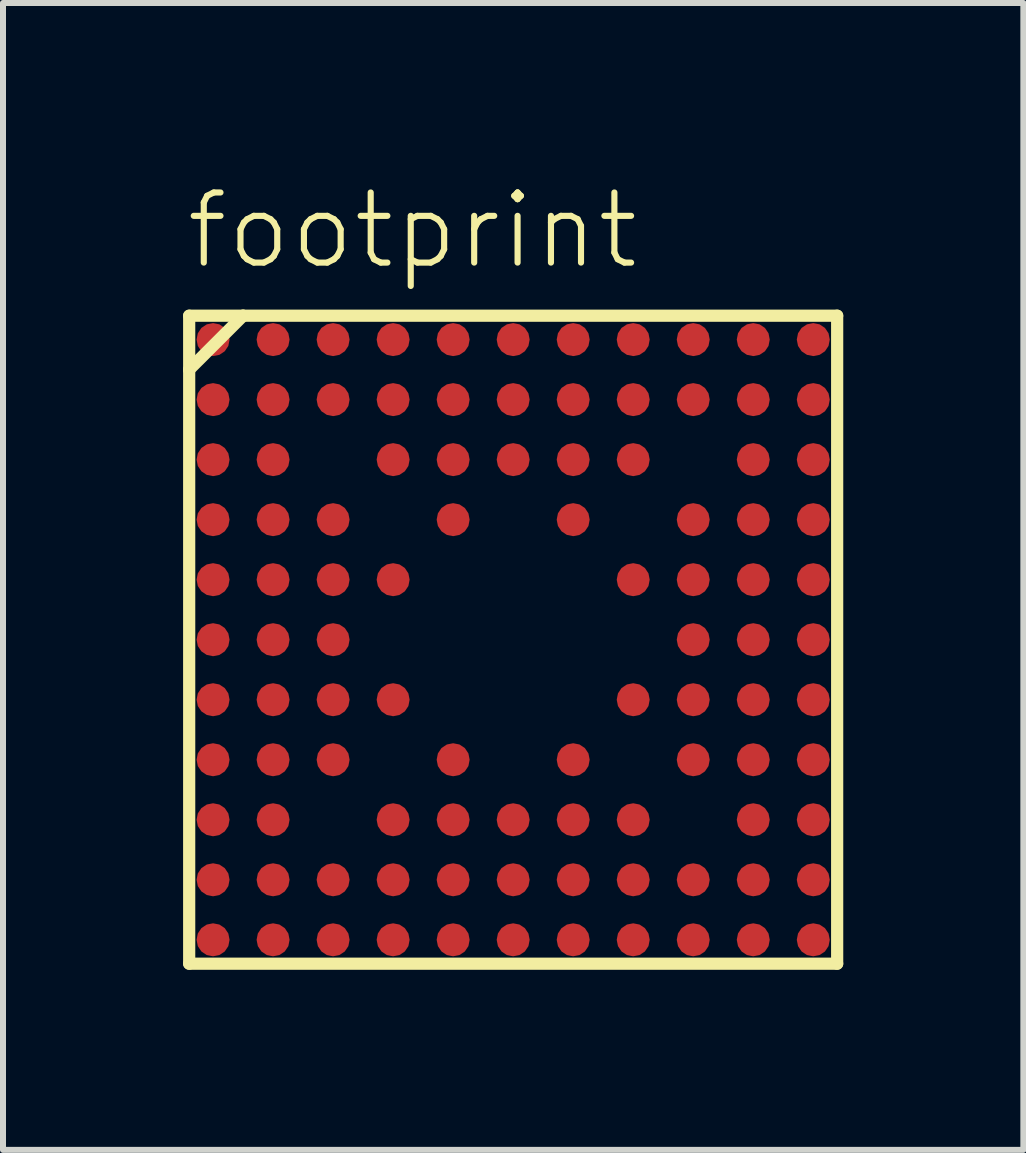
<source format=kicad_pcb>
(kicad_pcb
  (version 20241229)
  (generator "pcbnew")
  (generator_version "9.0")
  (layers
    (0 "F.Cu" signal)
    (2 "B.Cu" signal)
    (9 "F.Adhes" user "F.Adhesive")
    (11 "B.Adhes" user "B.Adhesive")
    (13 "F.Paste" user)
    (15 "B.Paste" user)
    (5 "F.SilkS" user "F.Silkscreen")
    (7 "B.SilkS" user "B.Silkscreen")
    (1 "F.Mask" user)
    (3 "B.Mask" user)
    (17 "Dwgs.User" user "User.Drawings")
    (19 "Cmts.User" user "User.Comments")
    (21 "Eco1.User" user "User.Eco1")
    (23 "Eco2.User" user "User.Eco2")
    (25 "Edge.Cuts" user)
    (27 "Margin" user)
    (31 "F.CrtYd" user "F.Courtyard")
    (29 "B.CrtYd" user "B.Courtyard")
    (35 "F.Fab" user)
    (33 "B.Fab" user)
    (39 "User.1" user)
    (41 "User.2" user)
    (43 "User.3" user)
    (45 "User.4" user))
  (footprint "footprint"
    (layer "F.Cu")
    (at 5.5 7.608)
    (property "Reference" "footprint" (at -5.5 -6.135 0) (layer "F.SilkS") (effects (font (size 1.168 1.168) (thickness 0.102)) (justify left bottom)))
    (fp_circle (center -5 -5) (end -4.888 -5) (stroke (width 0.225) (type solid)) (fill yes) (layer "F.Mask"))
    (fp_circle (center -5 -4) (end -4.888 -4) (stroke (width 0.225) (type solid)) (fill yes) (layer "F.Mask"))
    (fp_circle (center -5 -3) (end -4.888 -3) (stroke (width 0.225) (type solid)) (fill yes) (layer "F.Mask"))
    (fp_circle (center -5 -2) (end -4.888 -2) (stroke (width 0.225) (type solid)) (fill yes) (layer "F.Mask"))
    (fp_circle (center -5 -1) (end -4.888 -1) (stroke (width 0.225) (type solid)) (fill yes) (layer "F.Mask"))
    (fp_circle (center -5 0) (end -4.888 0) (stroke (width 0.225) (type solid)) (fill yes) (layer "F.Mask"))
    (fp_circle (center -5 1) (end -4.888 1) (stroke (width 0.225) (type solid)) (fill yes) (layer "F.Mask"))
    (fp_circle (center -5 2) (end -4.888 2) (stroke (width 0.225) (type solid)) (fill yes) (layer "F.Mask"))
    (fp_circle (center -5 3) (end -4.888 3) (stroke (width 0.225) (type solid)) (fill yes) (layer "F.Mask"))
    (fp_circle (center -5 4) (end -4.888 4) (stroke (width 0.225) (type solid)) (fill yes) (layer "F.Mask"))
    (fp_circle (center -5 5) (end -4.888 5) (stroke (width 0.225) (type solid)) (fill yes) (layer "F.Mask"))
    (fp_circle (center -4 -5) (end -3.888 -5) (stroke (width 0.225) (type solid)) (fill yes) (layer "F.Mask"))
    (fp_circle (center -4 -4) (end -3.888 -4) (stroke (width 0.225) (type solid)) (fill yes) (layer "F.Mask"))
    (fp_circle (center -4 -3) (end -3.888 -3) (stroke (width 0.225) (type solid)) (fill yes) (layer "F.Mask"))
    (fp_circle (center -4 -2) (end -3.888 -2) (stroke (width 0.225) (type solid)) (fill yes) (layer "F.Mask"))
    (fp_circle (center -4 -1) (end -3.888 -1) (stroke (width 0.225) (type solid)) (fill yes) (layer "F.Mask"))
    (fp_circle (center -4 0) (end -3.888 0) (stroke (width 0.225) (type solid)) (fill yes) (layer "F.Mask"))
    (fp_circle (center -4 1) (end -3.888 1) (stroke (width 0.225) (type solid)) (fill yes) (layer "F.Mask"))
    (fp_circle (center -4 2) (end -3.888 2) (stroke (width 0.225) (type solid)) (fill yes) (layer "F.Mask"))
    (fp_circle (center -4 3) (end -3.888 3) (stroke (width 0.225) (type solid)) (fill yes) (layer "F.Mask"))
    (fp_circle (center -4 4) (end -3.888 4) (stroke (width 0.225) (type solid)) (fill yes) (layer "F.Mask"))
    (fp_circle (center -4 5) (end -3.888 5) (stroke (width 0.225) (type solid)) (fill yes) (layer "F.Mask"))
    (fp_circle (center -3 -5) (end -2.888 -5) (stroke (width 0.225) (type solid)) (fill yes) (layer "F.Mask"))
    (fp_circle (center -3 -4) (end -2.888 -4) (stroke (width 0.225) (type solid)) (fill yes) (layer "F.Mask"))
    (fp_circle (center -3 -2) (end -2.888 -2) (stroke (width 0.225) (type solid)) (fill yes) (layer "F.Mask"))
    (fp_circle (center -3 -1) (end -2.888 -1) (stroke (width 0.225) (type solid)) (fill yes) (layer "F.Mask"))
    (fp_circle (center -3 0) (end -2.888 0) (stroke (width 0.225) (type solid)) (fill yes) (layer "F.Mask"))
    (fp_circle (center -3 1) (end -2.888 1) (stroke (width 0.225) (type solid)) (fill yes) (layer "F.Mask"))
    (fp_circle (center -3 2) (end -2.888 2) (stroke (width 0.225) (type solid)) (fill yes) (layer "F.Mask"))
    (fp_circle (center -3 4) (end -2.888 4) (stroke (width 0.225) (type solid)) (fill yes) (layer "F.Mask"))
    (fp_circle (center -3 5) (end -2.888 5) (stroke (width 0.225) (type solid)) (fill yes) (layer "F.Mask"))
    (fp_circle (center -2 -5) (end -1.887 -5) (stroke (width 0.225) (type solid)) (fill yes) (layer "F.Mask"))
    (fp_circle (center -2 -4) (end -1.887 -4) (stroke (width 0.225) (type solid)) (fill yes) (layer "F.Mask"))
    (fp_circle (center -2 -3) (end -1.887 -3) (stroke (width 0.225) (type solid)) (fill yes) (layer "F.Mask"))
    (fp_circle (center -2 -1) (end -1.887 -1) (stroke (width 0.225) (type solid)) (fill yes) (layer "F.Mask"))
    (fp_circle (center -2 1) (end -1.887 1) (stroke (width 0.225) (type solid)) (fill yes) (layer "F.Mask"))
    (fp_circle (center -2 3) (end -1.887 3) (stroke (width 0.225) (type solid)) (fill yes) (layer "F.Mask"))
    (fp_circle (center -2 4) (end -1.887 4) (stroke (width 0.225) (type solid)) (fill yes) (layer "F.Mask"))
    (fp_circle (center -2 5) (end -1.887 5) (stroke (width 0.225) (type solid)) (fill yes) (layer "F.Mask"))
    (fp_circle (center -1 -5) (end -0.887 -5) (stroke (width 0.225) (type solid)) (fill yes) (layer "F.Mask"))
    (fp_circle (center -1 -4) (end -0.887 -4) (stroke (width 0.225) (type solid)) (fill yes) (layer "F.Mask"))
    (fp_circle (center -1 -3) (end -0.887 -3) (stroke (width 0.225) (type solid)) (fill yes) (layer "F.Mask"))
    (fp_circle (center -1 -2) (end -0.887 -2) (stroke (width 0.225) (type solid)) (fill yes) (layer "F.Mask"))
    (fp_circle (center -1 2) (end -0.887 2) (stroke (width 0.225) (type solid)) (fill yes) (layer "F.Mask"))
    (fp_circle (center -1 3) (end -0.887 3) (stroke (width 0.225) (type solid)) (fill yes) (layer "F.Mask"))
    (fp_circle (center -1 4) (end -0.887 4) (stroke (width 0.225) (type solid)) (fill yes) (layer "F.Mask"))
    (fp_circle (center -1 5) (end -0.887 5) (stroke (width 0.225) (type solid)) (fill yes) (layer "F.Mask"))
    (fp_circle (center 0 -5) (end 0.113 -5) (stroke (width 0.225) (type solid)) (fill yes) (layer "F.Mask"))
    (fp_circle (center 0 -4) (end 0.113 -4) (stroke (width 0.225) (type solid)) (fill yes) (layer "F.Mask"))
    (fp_circle (center 0 -3) (end 0.113 -3) (stroke (width 0.225) (type solid)) (fill yes) (layer "F.Mask"))
    (fp_circle (center 0 3) (end 0.113 3) (stroke (width 0.225) (type solid)) (fill yes) (layer "F.Mask"))
    (fp_circle (center 0 4) (end 0.113 4) (stroke (width 0.225) (type solid)) (fill yes) (layer "F.Mask"))
    (fp_circle (center 0 5) (end 0.113 5) (stroke (width 0.225) (type solid)) (fill yes) (layer "F.Mask"))
    (fp_circle (center 1 -5) (end 1.113 -5) (stroke (width 0.225) (type solid)) (fill yes) (layer "F.Mask"))
    (fp_circle (center 1 -4) (end 1.113 -4) (stroke (width 0.225) (type solid)) (fill yes) (layer "F.Mask"))
    (fp_circle (center 1 -3) (end 1.113 -3) (stroke (width 0.225) (type solid)) (fill yes) (layer "F.Mask"))
    (fp_circle (center 1 -2) (end 1.113 -2) (stroke (width 0.225) (type solid)) (fill yes) (layer "F.Mask"))
    (fp_circle (center 1 2) (end 1.113 2) (stroke (width 0.225) (type solid)) (fill yes) (layer "F.Mask"))
    (fp_circle (center 1 3) (end 1.113 3) (stroke (width 0.225) (type solid)) (fill yes) (layer "F.Mask"))
    (fp_circle (center 1 4) (end 1.113 4) (stroke (width 0.225) (type solid)) (fill yes) (layer "F.Mask"))
    (fp_circle (center 1 5) (end 1.113 5) (stroke (width 0.225) (type solid)) (fill yes) (layer "F.Mask"))
    (fp_circle (center 2 -5) (end 2.112 -5) (stroke (width 0.225) (type solid)) (fill yes) (layer "F.Mask"))
    (fp_circle (center 2 -4) (end 2.112 -4) (stroke (width 0.225) (type solid)) (fill yes) (layer "F.Mask"))
    (fp_circle (center 2 -3) (end 2.112 -3) (stroke (width 0.225) (type solid)) (fill yes) (layer "F.Mask"))
    (fp_circle (center 2 -1) (end 2.112 -1) (stroke (width 0.225) (type solid)) (fill yes) (layer "F.Mask"))
    (fp_circle (center 2 1) (end 2.112 1) (stroke (width 0.225) (type solid)) (fill yes) (layer "F.Mask"))
    (fp_circle (center 2 3) (end 2.112 3) (stroke (width 0.225) (type solid)) (fill yes) (layer "F.Mask"))
    (fp_circle (center 2 4) (end 2.112 4) (stroke (width 0.225) (type solid)) (fill yes) (layer "F.Mask"))
    (fp_circle (center 2 5) (end 2.112 5) (stroke (width 0.225) (type solid)) (fill yes) (layer "F.Mask"))
    (fp_circle (center 3 -5) (end 3.112 -5) (stroke (width 0.225) (type solid)) (fill yes) (layer "F.Mask"))
    (fp_circle (center 3 -4) (end 3.112 -4) (stroke (width 0.225) (type solid)) (fill yes) (layer "F.Mask"))
    (fp_circle (center 3 -2) (end 3.112 -2) (stroke (width 0.225) (type solid)) (fill yes) (layer "F.Mask"))
    (fp_circle (center 3 -1) (end 3.112 -1) (stroke (width 0.225) (type solid)) (fill yes) (layer "F.Mask"))
    (fp_circle (center 3 0) (end 3.112 0) (stroke (width 0.225) (type solid)) (fill yes) (layer "F.Mask"))
    (fp_circle (center 3 1) (end 3.112 1) (stroke (width 0.225) (type solid)) (fill yes) (layer "F.Mask"))
    (fp_circle (center 3 2) (end 3.112 2) (stroke (width 0.225) (type solid)) (fill yes) (layer "F.Mask"))
    (fp_circle (center 3 4) (end 3.112 4) (stroke (width 0.225) (type solid)) (fill yes) (layer "F.Mask"))
    (fp_circle (center 3 5) (end 3.112 5) (stroke (width 0.225) (type solid)) (fill yes) (layer "F.Mask"))
    (fp_circle (center 4 -5) (end 4.112 -5) (stroke (width 0.225) (type solid)) (fill yes) (layer "F.Mask"))
    (fp_circle (center 4 -4) (end 4.112 -4) (stroke (width 0.225) (type solid)) (fill yes) (layer "F.Mask"))
    (fp_circle (center 4 -3) (end 4.112 -3) (stroke (width 0.225) (type solid)) (fill yes) (layer "F.Mask"))
    (fp_circle (center 4 -2) (end 4.112 -2) (stroke (width 0.225) (type solid)) (fill yes) (layer "F.Mask"))
    (fp_circle (center 4 -1) (end 4.112 -1) (stroke (width 0.225) (type solid)) (fill yes) (layer "F.Mask"))
    (fp_circle (center 4 0) (end 4.112 0) (stroke (width 0.225) (type solid)) (fill yes) (layer "F.Mask"))
    (fp_circle (center 4 1) (end 4.112 1) (stroke (width 0.225) (type solid)) (fill yes) (layer "F.Mask"))
    (fp_circle (center 4 2) (end 4.112 2) (stroke (width 0.225) (type solid)) (fill yes) (layer "F.Mask"))
    (fp_circle (center 4 3) (end 4.112 3) (stroke (width 0.225) (type solid)) (fill yes) (layer "F.Mask"))
    (fp_circle (center 4 4) (end 4.112 4) (stroke (width 0.225) (type solid)) (fill yes) (layer "F.Mask"))
    (fp_circle (center 4 5) (end 4.112 5) (stroke (width 0.225) (type solid)) (fill yes) (layer "F.Mask"))
    (fp_circle (center 5 -5) (end 5.112 -5) (stroke (width 0.225) (type solid)) (fill yes) (layer "F.Mask"))
    (fp_circle (center 5 -4) (end 5.112 -4) (stroke (width 0.225) (type solid)) (fill yes) (layer "F.Mask"))
    (fp_circle (center 5 -3) (end 5.112 -3) (stroke (width 0.225) (type solid)) (fill yes) (layer "F.Mask"))
    (fp_circle (center 5 -2) (end 5.112 -2) (stroke (width 0.225) (type solid)) (fill yes) (layer "F.Mask"))
    (fp_circle (center 5 -1) (end 5.112 -1) (stroke (width 0.225) (type solid)) (fill yes) (layer "F.Mask"))
    (fp_circle (center 5 0) (end 5.112 0) (stroke (width 0.225) (type solid)) (fill yes) (layer "F.Mask"))
    (fp_circle (center 5 1) (end 5.112 1) (stroke (width 0.225) (type solid)) (fill yes) (layer "F.Mask"))
    (fp_circle (center 5 2) (end 5.112 2) (stroke (width 0.225) (type solid)) (fill yes) (layer "F.Mask"))
    (fp_circle (center 5 3) (end 5.112 3) (stroke (width 0.225) (type solid)) (fill yes) (layer "F.Mask"))
    (fp_circle (center 5 4) (end 5.112 4) (stroke (width 0.225) (type solid)) (fill yes) (layer "F.Mask"))
    (fp_circle (center 5 5) (end 5.112 5) (stroke (width 0.225) (type solid)) (fill yes) (layer "F.Mask"))
    (fp_line (start -5.398 -5.398) (end -5.398 -4.5) (stroke (width 0.203) (type solid)) (layer "F.SilkS"))
    (fp_line (start -5.398 -4.5) (end -5.398 5.398) (stroke (width 0.203) (type solid)) (layer "F.SilkS"))
    (fp_line (start -5.398 -4.5) (end -4.5 -5.398) (stroke (width 0.203) (type solid)) (layer "F.SilkS"))
    (fp_line (start -5.398 5.398) (end 5.398 5.398) (stroke (width 0.203) (type solid)) (layer "F.SilkS"))
    (fp_line (start -4.5 -5.398) (end -5.398 -5.398) (stroke (width 0.203) (type solid)) (layer "F.SilkS"))
    (fp_line (start 5.398 -5.398) (end -4.5 -5.398) (stroke (width 0.203) (type solid)) (layer "F.SilkS"))
    (fp_line (start 5.398 5.398) (end 5.398 -5.398) (stroke (width 0.203) (type solid)) (layer "F.SilkS"))
    (pad "A1" smd roundrect (at -5 -5) (size 0.55 0.55) (layers "F.Cu") (roundrect_rratio 0.5))
    (pad "A2" smd roundrect (at -4 -5) (size 0.55 0.55) (layers "F.Cu") (roundrect_rratio 0.5))
    (pad "A3" smd roundrect (at -3 -5) (size 0.55 0.55) (layers "F.Cu") (roundrect_rratio 0.5))
    (pad "A4" smd roundrect (at -2 -5) (size 0.55 0.55) (layers "F.Cu") (roundrect_rratio 0.5))
    (pad "A5" smd roundrect (at -1 -5) (size 0.55 0.55) (layers "F.Cu") (roundrect_rratio 0.5))
    (pad "A6" smd roundrect (at 0 -5) (size 0.55 0.55) (layers "F.Cu") (roundrect_rratio 0.5))
    (pad "A7" smd roundrect (at 1 -5) (size 0.55 0.55) (layers "F.Cu") (roundrect_rratio 0.5))
    (pad "A8" smd roundrect (at 2 -5) (size 0.55 0.55) (layers "F.Cu") (roundrect_rratio 0.5))
    (pad "A9" smd roundrect (at 3 -5) (size 0.55 0.55) (layers "F.Cu") (roundrect_rratio 0.5))
    (pad "A10" smd roundrect (at 4 -5) (size 0.55 0.55) (layers "F.Cu") (roundrect_rratio 0.5))
    (pad "A11" smd roundrect (at 5 -5) (size 0.55 0.55) (layers "F.Cu") (roundrect_rratio 0.5))
    (pad "B1" smd roundrect (at -5 -4) (size 0.55 0.55) (layers "F.Cu") (roundrect_rratio 0.5))
    (pad "B2" smd roundrect (at -4 -4) (size 0.55 0.55) (layers "F.Cu") (roundrect_rratio 0.5))
    (pad "B3" smd roundrect (at -3 -4) (size 0.55 0.55) (layers "F.Cu") (roundrect_rratio 0.5))
    (pad "B4" smd roundrect (at -2 -4) (size 0.55 0.55) (layers "F.Cu") (roundrect_rratio 0.5))
    (pad "B5" smd roundrect (at -1 -4) (size 0.55 0.55) (layers "F.Cu") (roundrect_rratio 0.5))
    (pad "B6" smd roundrect (at 0 -4) (size 0.55 0.55) (layers "F.Cu") (roundrect_rratio 0.5))
    (pad "B7" smd roundrect (at 1 -4) (size 0.55 0.55) (layers "F.Cu") (roundrect_rratio 0.5))
    (pad "B8" smd roundrect (at 2 -4) (size 0.55 0.55) (layers "F.Cu") (roundrect_rratio 0.5))
    (pad "B9" smd roundrect (at 3 -4) (size 0.55 0.55) (layers "F.Cu") (roundrect_rratio 0.5))
    (pad "B10" smd roundrect (at 4 -4) (size 0.55 0.55) (layers "F.Cu") (roundrect_rratio 0.5))
    (pad "B11" smd roundrect (at 5 -4) (size 0.55 0.55) (layers "F.Cu") (roundrect_rratio 0.5))
    (pad "C1" smd roundrect (at -5 -3) (size 0.55 0.55) (layers "F.Cu") (roundrect_rratio 0.5))
    (pad "C2" smd roundrect (at -4 -3) (size 0.55 0.55) (layers "F.Cu") (roundrect_rratio 0.5))
    (pad "C4" smd roundrect (at -2 -3) (size 0.55 0.55) (layers "F.Cu") (roundrect_rratio 0.5))
    (pad "C5" smd roundrect (at -1 -3) (size 0.55 0.55) (layers "F.Cu") (roundrect_rratio 0.5))
    (pad "C6" smd roundrect (at 0 -3) (size 0.55 0.55) (layers "F.Cu") (roundrect_rratio 0.5))
    (pad "C7" smd roundrect (at 1 -3) (size 0.55 0.55) (layers "F.Cu") (roundrect_rratio 0.5))
    (pad "C8" smd roundrect (at 2 -3) (size 0.55 0.55) (layers "F.Cu") (roundrect_rratio 0.5))
    (pad "C10" smd roundrect (at 4 -3) (size 0.55 0.55) (layers "F.Cu") (roundrect_rratio 0.5))
    (pad "C11" smd roundrect (at 5 -3) (size 0.55 0.55) (layers "F.Cu") (roundrect_rratio 0.5))
    (pad "D1" smd roundrect (at -5 -2) (size 0.55 0.55) (layers "F.Cu") (roundrect_rratio 0.5))
    (pad "D2" smd roundrect (at -4 -2) (size 0.55 0.55) (layers "F.Cu") (roundrect_rratio 0.5))
    (pad "D3" smd roundrect (at -3 -2) (size 0.55 0.55) (layers "F.Cu") (roundrect_rratio 0.5))
    (pad "D5" smd roundrect (at -1 -2) (size 0.55 0.55) (layers "F.Cu") (roundrect_rratio 0.5))
    (pad "D7" smd roundrect (at 1 -2) (size 0.55 0.55) (layers "F.Cu") (roundrect_rratio 0.5))
    (pad "D9" smd roundrect (at 3 -2) (size 0.55 0.55) (layers "F.Cu") (roundrect_rratio 0.5))
    (pad "D10" smd roundrect (at 4 -2) (size 0.55 0.55) (layers "F.Cu") (roundrect_rratio 0.5))
    (pad "D11" smd roundrect (at 5 -2) (size 0.55 0.55) (layers "F.Cu") (roundrect_rratio 0.5))
    (pad "E1" smd roundrect (at -5 -1) (size 0.55 0.55) (layers "F.Cu") (roundrect_rratio 0.5))
    (pad "E2" smd roundrect (at -4 -1) (size 0.55 0.55) (layers "F.Cu") (roundrect_rratio 0.5))
    (pad "E3" smd roundrect (at -3 -1) (size 0.55 0.55) (layers "F.Cu") (roundrect_rratio 0.5))
    (pad "E4" smd roundrect (at -2 -1) (size 0.55 0.55) (layers "F.Cu") (roundrect_rratio 0.5))
    (pad "E8" smd roundrect (at 2 -1) (size 0.55 0.55) (layers "F.Cu") (roundrect_rratio 0.5))
    (pad "E9" smd roundrect (at 3 -1) (size 0.55 0.55) (layers "F.Cu") (roundrect_rratio 0.5))
    (pad "E10" smd roundrect (at 4 -1) (size 0.55 0.55) (layers "F.Cu") (roundrect_rratio 0.5))
    (pad "E11" smd roundrect (at 5 -1) (size 0.55 0.55) (layers "F.Cu") (roundrect_rratio 0.5))
    (pad "F1" smd roundrect (at -5 0) (size 0.55 0.55) (layers "F.Cu") (roundrect_rratio 0.5))
    (pad "F2" smd roundrect (at -4 0) (size 0.55 0.55) (layers "F.Cu") (roundrect_rratio 0.5))
    (pad "F3" smd roundrect (at -3 0) (size 0.55 0.55) (layers "F.Cu") (roundrect_rratio 0.5))
    (pad "F9" smd roundrect (at 3 0) (size 0.55 0.55) (layers "F.Cu") (roundrect_rratio 0.5))
    (pad "F10" smd roundrect (at 4 0) (size 0.55 0.55) (layers "F.Cu") (roundrect_rratio 0.5))
    (pad "F11" smd roundrect (at 5 0) (size 0.55 0.55) (layers "F.Cu") (roundrect_rratio 0.5))
    (pad "G1" smd roundrect (at -5 1) (size 0.55 0.55) (layers "F.Cu") (roundrect_rratio 0.5))
    (pad "G2" smd roundrect (at -4 1) (size 0.55 0.55) (layers "F.Cu") (roundrect_rratio 0.5))
    (pad "G3" smd roundrect (at -3 1) (size 0.55 0.55) (layers "F.Cu") (roundrect_rratio 0.5))
    (pad "G4" smd roundrect (at -2 1) (size 0.55 0.55) (layers "F.Cu") (roundrect_rratio 0.5))
    (pad "G8" smd roundrect (at 2 1) (size 0.55 0.55) (layers "F.Cu") (roundrect_rratio 0.5))
    (pad "G9" smd roundrect (at 3 1) (size 0.55 0.55) (layers "F.Cu") (roundrect_rratio 0.5))
    (pad "G10" smd roundrect (at 4 1) (size 0.55 0.55) (layers "F.Cu") (roundrect_rratio 0.5))
    (pad "G11" smd roundrect (at 5 1) (size 0.55 0.55) (layers "F.Cu") (roundrect_rratio 0.5))
    (pad "H1" smd roundrect (at -5 2) (size 0.55 0.55) (layers "F.Cu") (roundrect_rratio 0.5))
    (pad "H2" smd roundrect (at -4 2) (size 0.55 0.55) (layers "F.Cu") (roundrect_rratio 0.5))
    (pad "H3" smd roundrect (at -3 2) (size 0.55 0.55) (layers "F.Cu") (roundrect_rratio 0.5))
    (pad "H5" smd roundrect (at -1 2) (size 0.55 0.55) (layers "F.Cu") (roundrect_rratio 0.5))
    (pad "H7" smd roundrect (at 1 2) (size 0.55 0.55) (layers "F.Cu") (roundrect_rratio 0.5))
    (pad "H9" smd roundrect (at 3 2) (size 0.55 0.55) (layers "F.Cu") (roundrect_rratio 0.5))
    (pad "H10" smd roundrect (at 4 2) (size 0.55 0.55) (layers "F.Cu") (roundrect_rratio 0.5))
    (pad "H11" smd roundrect (at 5 2) (size 0.55 0.55) (layers "F.Cu") (roundrect_rratio 0.5))
    (pad "J1" smd roundrect (at -5 3) (size 0.55 0.55) (layers "F.Cu") (roundrect_rratio 0.5))
    (pad "J2" smd roundrect (at -4 3) (size 0.55 0.55) (layers "F.Cu") (roundrect_rratio 0.5))
    (pad "J4" smd roundrect (at -2 3) (size 0.55 0.55) (layers "F.Cu") (roundrect_rratio 0.5))
    (pad "J5" smd roundrect (at -1 3) (size 0.55 0.55) (layers "F.Cu") (roundrect_rratio 0.5))
    (pad "J6" smd roundrect (at 0 3) (size 0.55 0.55) (layers "F.Cu") (roundrect_rratio 0.5))
    (pad "J7" smd roundrect (at 1 3) (size 0.55 0.55) (layers "F.Cu") (roundrect_rratio 0.5))
    (pad "J8" smd roundrect (at 2 3) (size 0.55 0.55) (layers "F.Cu") (roundrect_rratio 0.5))
    (pad "J10" smd roundrect (at 4 3) (size 0.55 0.55) (layers "F.Cu") (roundrect_rratio 0.5))
    (pad "J11" smd roundrect (at 5 3) (size 0.55 0.55) (layers "F.Cu") (roundrect_rratio 0.5))
    (pad "K1" smd roundrect (at -5 4) (size 0.55 0.55) (layers "F.Cu") (roundrect_rratio 0.5))
    (pad "K2" smd roundrect (at -4 4) (size 0.55 0.55) (layers "F.Cu") (roundrect_rratio 0.5))
    (pad "K3" smd roundrect (at -3 4) (size 0.55 0.55) (layers "F.Cu") (roundrect_rratio 0.5))
    (pad "K4" smd roundrect (at -2 4) (size 0.55 0.55) (layers "F.Cu") (roundrect_rratio 0.5))
    (pad "K5" smd roundrect (at -1 4) (size 0.55 0.55) (layers "F.Cu") (roundrect_rratio 0.5))
    (pad "K6" smd roundrect (at 0 4) (size 0.55 0.55) (layers "F.Cu") (roundrect_rratio 0.5))
    (pad "K7" smd roundrect (at 1 4) (size 0.55 0.55) (layers "F.Cu") (roundrect_rratio 0.5))
    (pad "K8" smd roundrect (at 2 4) (size 0.55 0.55) (layers "F.Cu") (roundrect_rratio 0.5))
    (pad "K9" smd roundrect (at 3 4) (size 0.55 0.55) (layers "F.Cu") (roundrect_rratio 0.5))
    (pad "K10" smd roundrect (at 4 4) (size 0.55 0.55) (layers "F.Cu") (roundrect_rratio 0.5))
    (pad "K11" smd roundrect (at 5 4) (size 0.55 0.55) (layers "F.Cu") (roundrect_rratio 0.5))
    (pad "L1" smd roundrect (at -5 5) (size 0.55 0.55) (layers "F.Cu") (roundrect_rratio 0.5))
    (pad "L2" smd roundrect (at -4 5) (size 0.55 0.55) (layers "F.Cu") (roundrect_rratio 0.5))
    (pad "L3" smd roundrect (at -3 5) (size 0.55 0.55) (layers "F.Cu") (roundrect_rratio 0.5))
    (pad "L4" smd roundrect (at -2 5) (size 0.55 0.55) (layers "F.Cu") (roundrect_rratio 0.5))
    (pad "L5" smd roundrect (at -1 5) (size 0.55 0.55) (layers "F.Cu") (roundrect_rratio 0.5))
    (pad "L6" smd roundrect (at 0 5) (size 0.55 0.55) (layers "F.Cu") (roundrect_rratio 0.5))
    (pad "L7" smd roundrect (at 1 5) (size 0.55 0.55) (layers "F.Cu") (roundrect_rratio 0.5))
    (pad "L8" smd roundrect (at 2 5) (size 0.55 0.55) (layers "F.Cu") (roundrect_rratio 0.5))
    (pad "L9" smd roundrect (at 3 5) (size 0.55 0.55) (layers "F.Cu") (roundrect_rratio 0.5))
    (pad "L10" smd roundrect (at 4 5) (size 0.55 0.55) (layers "F.Cu") (roundrect_rratio 0.5))
    (pad "L11" smd roundrect (at 5 5) (size 0.55 0.55) (layers "F.Cu") (roundrect_rratio 0.5)))
  (gr_rect
    (start -3 -3)
    (end 14 16.108)
    (stroke (width 0.1) (type default))
    (fill no)
    (layer "Edge.Cuts")))
</source>
